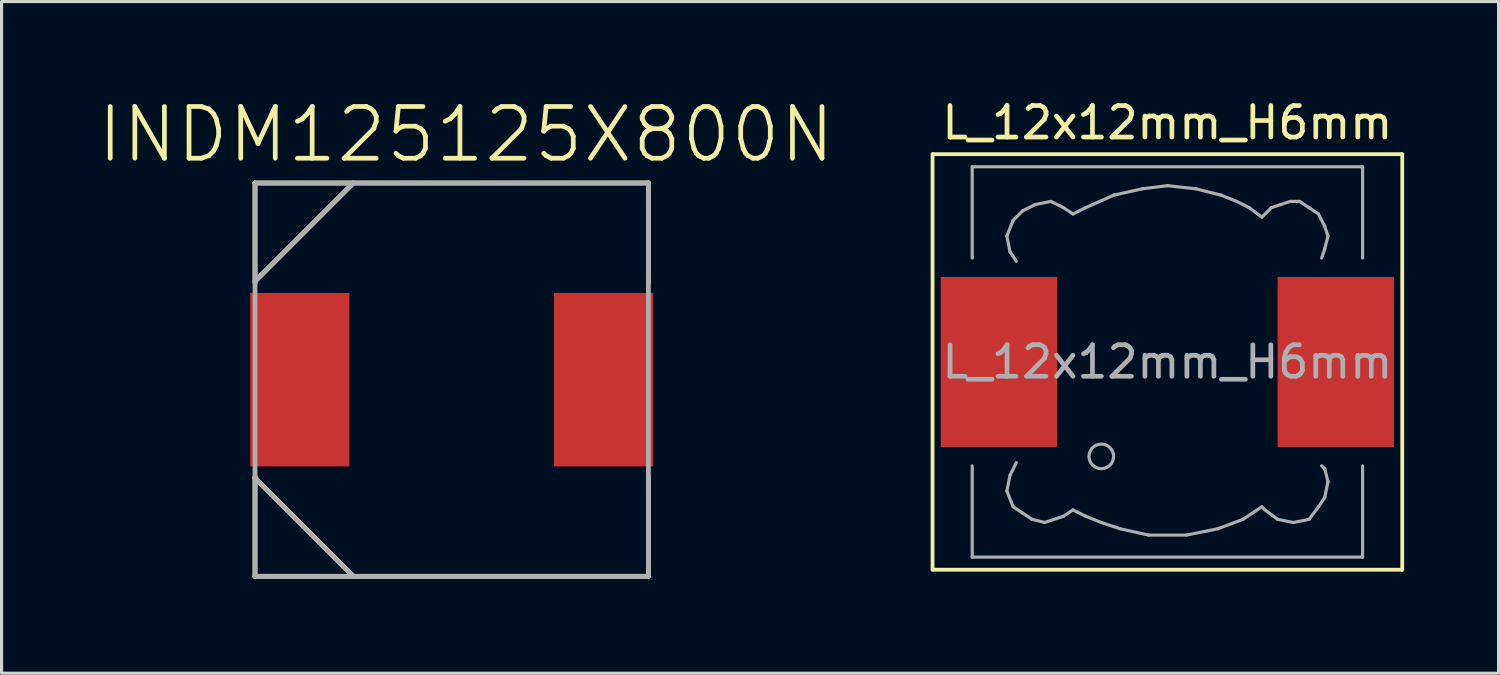
<source format=kicad_pcb>
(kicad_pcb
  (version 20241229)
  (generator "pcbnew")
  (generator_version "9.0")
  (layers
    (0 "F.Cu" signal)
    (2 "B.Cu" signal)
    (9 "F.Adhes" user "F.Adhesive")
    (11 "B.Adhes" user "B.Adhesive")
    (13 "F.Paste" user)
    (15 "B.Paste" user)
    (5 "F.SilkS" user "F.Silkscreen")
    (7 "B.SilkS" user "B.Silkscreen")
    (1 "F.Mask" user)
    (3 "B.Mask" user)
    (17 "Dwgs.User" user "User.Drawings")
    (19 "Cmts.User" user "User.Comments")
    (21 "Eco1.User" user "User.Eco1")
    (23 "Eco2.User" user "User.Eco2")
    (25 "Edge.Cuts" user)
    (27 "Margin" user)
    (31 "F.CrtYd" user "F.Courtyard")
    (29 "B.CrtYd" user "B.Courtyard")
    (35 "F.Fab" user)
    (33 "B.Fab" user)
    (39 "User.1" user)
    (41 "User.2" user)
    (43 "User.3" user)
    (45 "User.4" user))
  (footprint "INDM125125X800N"
    (layer "F.Cu")
    (at 11.299 9.011)
    (property "Reference" "INDM125125X800N" (at 0.458 -7.787 0) (layer "F.SilkS") (effects (font (size 1.643 1.643) (thickness 0.15))))
    (attr smd)
    (fp_line (start -6.248 -6.248) (end -6.248 -3.073) (stroke (width 0.152) (type solid)) (layer "F.SilkS"))
    (fp_line (start -6.248 -3.124) (end -3.124 -6.248) (stroke (width 0.152) (type solid)) (layer "F.SilkS"))
    (fp_line (start -6.248 3.073) (end -6.248 3.124) (stroke (width 0.152) (type solid)) (layer "F.SilkS"))
    (fp_line (start -6.248 3.124) (end -6.248 6.248) (stroke (width 0.152) (type solid)) (layer "F.SilkS"))
    (fp_line (start -6.248 3.124) (end -3.124 6.248) (stroke (width 0.152) (type solid)) (layer "F.SilkS"))
    (fp_line (start -6.248 6.248) (end 6.248 6.248) (stroke (width 0.152) (type solid)) (layer "F.SilkS"))
    (fp_line (start 6.248 -6.248) (end -6.248 -6.248) (stroke (width 0.152) (type solid)) (layer "F.SilkS"))
    (fp_line (start 6.248 -3.073) (end 6.248 -6.248) (stroke (width 0.152) (type solid)) (layer "F.SilkS"))
    (fp_line (start 6.248 6.248) (end 6.248 3.073) (stroke (width 0.152) (type solid)) (layer "F.SilkS"))
    (fp_line (start -6.248 -6.248) (end -6.248 6.248) (stroke (width 0.152) (type solid)) (layer "F.Fab"))
    (fp_line (start -6.248 -3.124) (end -3.124 -6.248) (stroke (width 0.152) (type solid)) (layer "F.Fab"))
    (fp_line (start -6.248 3.124) (end -3.124 6.248) (stroke (width 0.152) (type solid)) (layer "F.Fab"))
    (fp_line (start -6.248 6.248) (end 6.248 6.248) (stroke (width 0.152) (type solid)) (layer "F.Fab"))
    (fp_line (start 6.248 -6.248) (end -6.248 -6.248) (stroke (width 0.152) (type solid)) (layer "F.Fab"))
    (fp_line (start 6.248 6.248) (end 6.248 -6.248) (stroke (width 0.152) (type solid)) (layer "F.Fab"))
    (pad "1" smd rect (at -4.826 0) (size 3.15 5.512) (layers "F.Cu" "F.Mask" "F.Paste"))
    (pad "2" smd rect (at 4.826 0) (size 3.15 5.512) (layers "F.Cu" "F.Mask" "F.Paste")))
  (footprint "L_12x12mm_H6mm"
    (layer "F.Cu")
    (at 34.035 8.448)
    (property "Reference" "L_12x12mm_H6mm" (at 0 -7.6 0) (layer "F.SilkS") (effects (font (size 1 1) (thickness 0.15))))
    (attr smd)
    (fp_line (start -7.46 -6.6) (end 7.46 -6.6) (stroke (width 0.12) (type solid)) (layer "F.SilkS"))
    (fp_line (start -7.46 6.6) (end -7.46 -6.6) (stroke (width 0.12) (type solid)) (layer "F.SilkS"))
    (fp_line (start 7.46 -6.6) (end 7.46 6.6) (stroke (width 0.12) (type solid)) (layer "F.SilkS"))
    (fp_line (start 7.46 6.6) (end -7.46 6.6) (stroke (width 0.12) (type solid)) (layer "F.SilkS"))
    (fp_line (start -6.2 -6.2) (end -6.2 -3.3) (stroke (width 0.1) (type solid)) (layer "F.Fab"))
    (fp_line (start -6.2 3.3) (end -6.2 6.2) (stroke (width 0.1) (type solid)) (layer "F.Fab"))
    (fp_line (start -6.2 6.2) (end 6.2 6.2) (stroke (width 0.1) (type solid)) (layer "F.Fab"))
    (fp_line (start -5.1 -4) (end -5 -3.5) (stroke (width 0.1) (type solid)) (layer "F.Fab"))
    (fp_line (start -5.1 4.1) (end -5 3.6) (stroke (width 0.1) (type solid)) (layer "F.Fab"))
    (fp_line (start -5 -3.5) (end -4.8 -3.2) (stroke (width 0.1) (type solid)) (layer "F.Fab"))
    (fp_line (start -5 3.6) (end -4.8 3.2) (stroke (width 0.1) (type solid)) (layer "F.Fab"))
    (fp_line (start -4.9 -4.5) (end -5.1 -4) (stroke (width 0.1) (type solid)) (layer "F.Fab"))
    (fp_line (start -4.9 4.6) (end -5.1 4.1) (stroke (width 0.1) (type solid)) (layer "F.Fab"))
    (fp_line (start -4.6 -4.8) (end -4.9 -4.5) (stroke (width 0.1) (type solid)) (layer "F.Fab"))
    (fp_line (start -4.6 4.8) (end -4.9 4.6) (stroke (width 0.1) (type solid)) (layer "F.Fab"))
    (fp_line (start -4.3 5) (end -4.6 4.8) (stroke (width 0.1) (type solid)) (layer "F.Fab"))
    (fp_line (start -4.2 -5) (end -4.6 -4.8) (stroke (width 0.1) (type solid)) (layer "F.Fab"))
    (fp_line (start -3.9 5.1) (end -4.3 5) (stroke (width 0.1) (type solid)) (layer "F.Fab"))
    (fp_line (start -3.7 -5.1) (end -4.2 -5) (stroke (width 0.1) (type solid)) (layer "F.Fab"))
    (fp_line (start -3.3 -4.9) (end -3.7 -5.1) (stroke (width 0.1) (type solid)) (layer "F.Fab"))
    (fp_line (start -3.3 4.9) (end -3.9 5.1) (stroke (width 0.1) (type solid)) (layer "F.Fab"))
    (fp_line (start -3 -4.7) (end -3.3 -4.9) (stroke (width 0.1) (type solid)) (layer "F.Fab"))
    (fp_line (start -3 4.7) (end -3.3 4.9) (stroke (width 0.1) (type solid)) (layer "F.Fab"))
    (fp_line (start -2.6 -4.9) (end -3 -4.7) (stroke (width 0.1) (type solid)) (layer "F.Fab"))
    (fp_line (start -2.6 4.9) (end -3 4.7) (stroke (width 0.1) (type solid)) (layer "F.Fab"))
    (fp_line (start -2.1 5.1) (end -2.6 4.9) (stroke (width 0.1) (type solid)) (layer "F.Fab"))
    (fp_line (start -1.7 -5.3) (end -2.6 -4.9) (stroke (width 0.1) (type solid)) (layer "F.Fab"))
    (fp_line (start -1.5 5.3) (end -2.1 5.1) (stroke (width 0.1) (type solid)) (layer "F.Fab"))
    (fp_line (start -0.8 -5.5) (end -1.7 -5.3) (stroke (width 0.1) (type solid)) (layer "F.Fab"))
    (fp_line (start -0.6 5.5) (end -1.5 5.3) (stroke (width 0.1) (type solid)) (layer "F.Fab"))
    (fp_line (start 0 -5.6) (end -0.8 -5.5) (stroke (width 0.1) (type solid)) (layer "F.Fab"))
    (fp_line (start 0.6 5.5) (end -0.6 5.5) (stroke (width 0.1) (type solid)) (layer "F.Fab"))
    (fp_line (start 0.9 -5.5) (end 0 -5.6) (stroke (width 0.1) (type solid)) (layer "F.Fab"))
    (fp_line (start 1.6 5.3) (end 0.6 5.5) (stroke (width 0.1) (type solid)) (layer "F.Fab"))
    (fp_line (start 1.7 -5.3) (end 0.9 -5.5) (stroke (width 0.1) (type solid)) (layer "F.Fab"))
    (fp_line (start 2.2 -5.1) (end 1.7 -5.3) (stroke (width 0.1) (type solid)) (layer "F.Fab"))
    (fp_line (start 2.4 5) (end 1.6 5.3) (stroke (width 0.1) (type solid)) (layer "F.Fab"))
    (fp_line (start 2.6 -4.9) (end 2.2 -5.1) (stroke (width 0.1) (type solid)) (layer "F.Fab"))
    (fp_line (start 3 -4.6) (end 2.6 -4.9) (stroke (width 0.1) (type solid)) (layer "F.Fab"))
    (fp_line (start 3 4.6) (end 2.4 5) (stroke (width 0.1) (type solid)) (layer "F.Fab"))
    (fp_line (start 3.1 4.7) (end 3 4.6) (stroke (width 0.1) (type solid)) (layer "F.Fab"))
    (fp_line (start 3.3 -4.9) (end 3 -4.6) (stroke (width 0.1) (type solid)) (layer "F.Fab"))
    (fp_line (start 3.5 5) (end 3.1 4.7) (stroke (width 0.1) (type solid)) (layer "F.Fab"))
    (fp_line (start 3.6 -5) (end 3.3 -4.9) (stroke (width 0.1) (type solid)) (layer "F.Fab"))
    (fp_line (start 3.9 -5.1) (end 3.6 -5) (stroke (width 0.1) (type solid)) (layer "F.Fab"))
    (fp_line (start 4 5.1) (end 3.5 5) (stroke (width 0.1) (type solid)) (layer "F.Fab"))
    (fp_line (start 4.2 -5.1) (end 3.9 -5.1) (stroke (width 0.1) (type solid)) (layer "F.Fab"))
    (fp_line (start 4.5 -4.9) (end 4.2 -5.1) (stroke (width 0.1) (type solid)) (layer "F.Fab"))
    (fp_line (start 4.5 5) (end 4 5.1) (stroke (width 0.1) (type solid)) (layer "F.Fab"))
    (fp_line (start 4.8 -4.7) (end 4.5 -4.9) (stroke (width 0.1) (type solid)) (layer "F.Fab"))
    (fp_line (start 4.8 4.6) (end 4.5 5) (stroke (width 0.1) (type solid)) (layer "F.Fab"))
    (fp_line (start 4.9 -3.3) (end 5 -3.6) (stroke (width 0.1) (type solid)) (layer "F.Fab"))
    (fp_line (start 4.9 3.3) (end 5 3.4) (stroke (width 0.1) (type solid)) (layer "F.Fab"))
    (fp_line (start 5 -4.3) (end 4.8 -4.7) (stroke (width 0.1) (type solid)) (layer "F.Fab"))
    (fp_line (start 5 -3.6) (end 5.1 -4) (stroke (width 0.1) (type solid)) (layer "F.Fab"))
    (fp_line (start 5 3.4) (end 5.1 3.8) (stroke (width 0.1) (type solid)) (layer "F.Fab"))
    (fp_line (start 5 4.3) (end 4.8 4.6) (stroke (width 0.1) (type solid)) (layer "F.Fab"))
    (fp_line (start 5.1 -4) (end 5 -4.3) (stroke (width 0.1) (type solid)) (layer "F.Fab"))
    (fp_line (start 5.1 3.8) (end 5 4.3) (stroke (width 0.1) (type solid)) (layer "F.Fab"))
    (fp_line (start 6.2 -6.2) (end -6.2 -6.2) (stroke (width 0.1) (type solid)) (layer "F.Fab"))
    (fp_line (start 6.2 -6.2) (end 6.2 -3.3) (stroke (width 0.1) (type solid)) (layer "F.Fab"))
    (fp_line (start 6.2 6.2) (end 6.2 3.3) (stroke (width 0.1) (type solid)) (layer "F.Fab"))
    (fp_circle (center -2.1 3) (end -1.8 3.25) (stroke (width 0.1) (type solid)) (fill no) (layer "F.Fab"))
    (fp_text user "${REFERENCE}" (at 0 0 0) (layer "F.Fab") (effects (font (size 1 1) (thickness 0.15))))
    (pad "1" smd rect (at -5.35 0) (size 3.7 5.4) (layers "F.Cu" "F.Mask" "F.Paste"))
    (pad "2" smd rect (at 5.35 0) (size 3.7 5.4) (layers "F.Cu" "F.Mask" "F.Paste")))
  (gr_rect
    (start -3 -3)
    (end 44.555 18.336)
    (stroke (width 0.1) (type default))
    (fill no)
    (layer "Edge.Cuts")))
</source>
